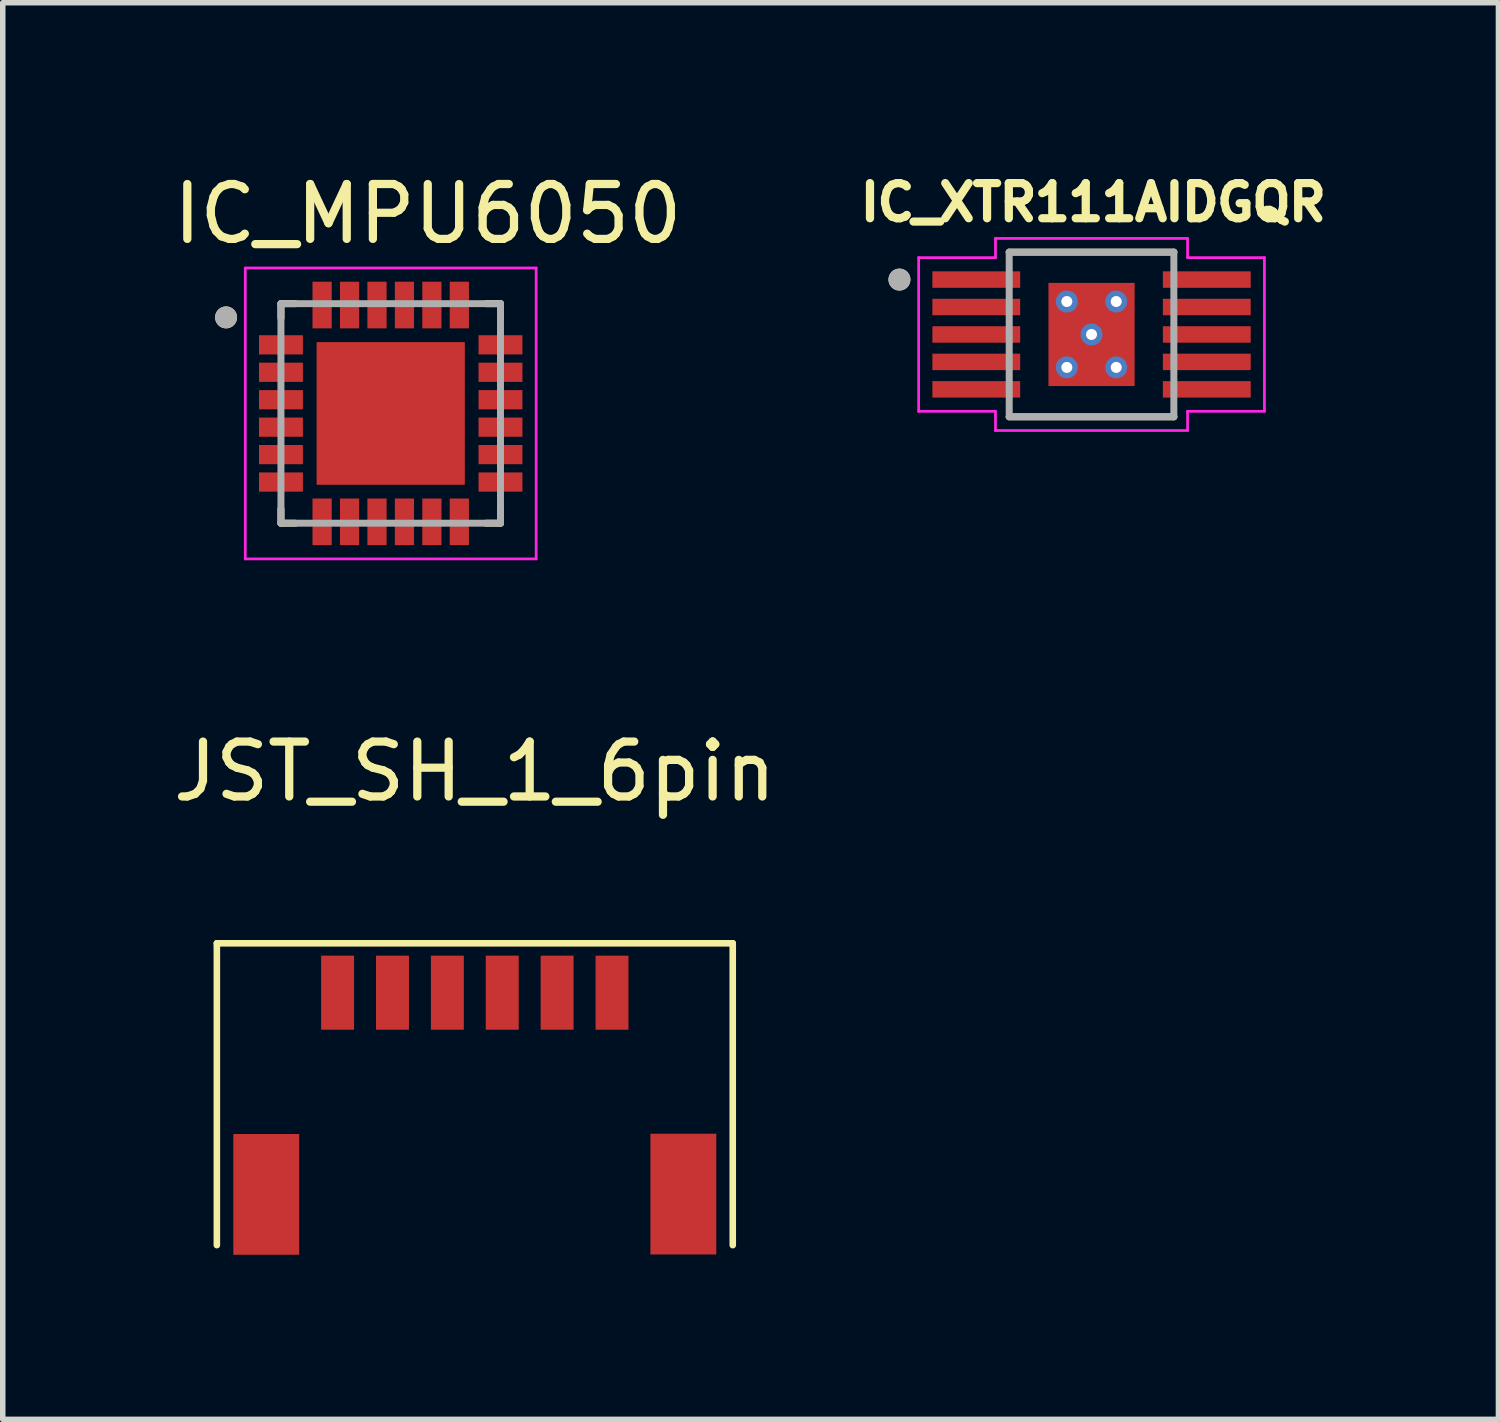
<source format=kicad_pcb>
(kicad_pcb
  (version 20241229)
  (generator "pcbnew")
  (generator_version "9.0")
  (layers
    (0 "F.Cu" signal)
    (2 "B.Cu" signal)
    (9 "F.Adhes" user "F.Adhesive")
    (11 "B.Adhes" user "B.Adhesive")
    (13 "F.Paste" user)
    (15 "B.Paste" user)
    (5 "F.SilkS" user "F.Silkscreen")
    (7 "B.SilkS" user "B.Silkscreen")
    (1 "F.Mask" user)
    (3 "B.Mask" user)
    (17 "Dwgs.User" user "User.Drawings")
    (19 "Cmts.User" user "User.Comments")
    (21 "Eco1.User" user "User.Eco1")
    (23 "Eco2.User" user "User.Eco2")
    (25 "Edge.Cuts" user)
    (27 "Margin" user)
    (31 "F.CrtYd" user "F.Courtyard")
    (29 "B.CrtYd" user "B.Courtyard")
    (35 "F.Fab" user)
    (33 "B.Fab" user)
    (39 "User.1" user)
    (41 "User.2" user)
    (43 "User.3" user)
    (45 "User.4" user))
  (footprint "IC_MPU6050"
    (layer "F.Cu")
    (at 4.069 4.483)
    (property "Reference" "IC_MPU6050" (at 0.675 -3.635 0) (layer "F.SilkS") (effects (font (size 1 1) (thickness 0.15))))
    (attr through_hole)
    (fp_line (start -2 -2) (end -1.738 -2) (stroke (width 0.127) (type solid)) (layer "F.SilkS"))
    (fp_line (start -2 -1.738) (end -2 -2) (stroke (width 0.127) (type solid)) (layer "F.SilkS"))
    (fp_line (start -2 2) (end -2 1.738) (stroke (width 0.127) (type solid)) (layer "F.SilkS"))
    (fp_line (start -1.738 2) (end -2 2) (stroke (width 0.127) (type solid)) (layer "F.SilkS"))
    (fp_line (start 1.738 -2) (end 2 -2) (stroke (width 0.127) (type solid)) (layer "F.SilkS"))
    (fp_line (start 2 -2) (end 2 -1.738) (stroke (width 0.127) (type solid)) (layer "F.SilkS"))
    (fp_line (start 2 1.738) (end 2 2) (stroke (width 0.127) (type solid)) (layer "F.SilkS"))
    (fp_line (start 2 2) (end 1.738 2) (stroke (width 0.127) (type solid)) (layer "F.SilkS"))
    (fp_circle (center -3 -1.75) (end -2.9 -1.75) (stroke (width 0.2) (type solid)) (fill no) (layer "F.SilkS"))
    (fp_poly (pts (xy -0.854 -0.822) (xy 0.854 -0.822) (xy 0.854 0.822) (xy -0.854 0.822)) (stroke (width 0.01) (type solid)) (fill yes) (layer "F.Paste"))
    (fp_line (start -2.65 -2.65) (end 2.65 -2.65) (stroke (width 0.05) (type solid)) (layer "F.CrtYd"))
    (fp_line (start -2.65 2.65) (end -2.65 -2.65) (stroke (width 0.05) (type solid)) (layer "F.CrtYd"))
    (fp_line (start -2.65 2.65) (end 2.65 2.65) (stroke (width 0.05) (type solid)) (layer "F.CrtYd"))
    (fp_line (start 2.65 2.65) (end 2.65 -2.65) (stroke (width 0.05) (type solid)) (layer "F.CrtYd"))
    (fp_line (start -2 2) (end -2 -2) (stroke (width 0.127) (type solid)) (layer "F.Fab"))
    (fp_line (start 2 -2) (end -2 -2) (stroke (width 0.127) (type solid)) (layer "F.Fab"))
    (fp_line (start 2 2) (end -2 2) (stroke (width 0.127) (type solid)) (layer "F.Fab"))
    (fp_line (start 2 2) (end 2 -2) (stroke (width 0.127) (type solid)) (layer "F.Fab"))
    (fp_circle (center -3 -1.75) (end -2.9 -1.75) (stroke (width 0.2) (type solid)) (fill no) (layer "F.Fab"))
    (pad "1" smd rect (at -2 -1.25) (size 0.8 0.35) (layers "F.Cu" "F.Mask" "F.Paste"))
    (pad "2" smd rect (at -2 -0.75) (size 0.8 0.35) (layers "F.Cu" "F.Mask" "F.Paste"))
    (pad "3" smd rect (at -2 -0.25) (size 0.8 0.35) (layers "F.Cu" "F.Mask" "F.Paste"))
    (pad "4" smd rect (at -2 0.25) (size 0.8 0.35) (layers "F.Cu" "F.Mask" "F.Paste"))
    (pad "5" smd rect (at -2 0.75) (size 0.8 0.35) (layers "F.Cu" "F.Mask" "F.Paste"))
    (pad "6" smd rect (at -2 1.25) (size 0.8 0.35) (layers "F.Cu" "F.Mask" "F.Paste"))
    (pad "7" smd rect (at -1.25 1.975) (size 0.35 0.85) (layers "F.Cu" "F.Mask" "F.Paste"))
    (pad "8" smd rect (at -0.75 1.975) (size 0.35 0.85) (layers "F.Cu" "F.Mask" "F.Paste"))
    (pad "9" smd rect (at -0.25 1.975) (size 0.35 0.85) (layers "F.Cu" "F.Mask" "F.Paste"))
    (pad "10" smd rect (at 0.25 1.975) (size 0.35 0.85) (layers "F.Cu" "F.Mask" "F.Paste"))
    (pad "11" smd rect (at 0.75 1.975) (size 0.35 0.85) (layers "F.Cu" "F.Mask" "F.Paste"))
    (pad "12" smd rect (at 1.25 1.975) (size 0.35 0.85) (layers "F.Cu" "F.Mask" "F.Paste"))
    (pad "13" smd rect (at 2 1.25) (size 0.8 0.35) (layers "F.Cu" "F.Mask" "F.Paste"))
    (pad "14" smd rect (at 2 0.75) (size 0.8 0.35) (layers "F.Cu" "F.Mask" "F.Paste"))
    (pad "15" smd rect (at 2 0.25) (size 0.8 0.35) (layers "F.Cu" "F.Mask" "F.Paste"))
    (pad "16" smd rect (at 2 -0.25) (size 0.8 0.35) (layers "F.Cu" "F.Mask" "F.Paste"))
    (pad "17" smd rect (at 2 -0.75) (size 0.8 0.35) (layers "F.Cu" "F.Mask" "F.Paste"))
    (pad "18" smd rect (at 2 -1.25) (size 0.8 0.35) (layers "F.Cu" "F.Mask" "F.Paste"))
    (pad "19" smd rect (at 1.25 -1.975) (size 0.35 0.85) (layers "F.Cu" "F.Mask" "F.Paste"))
    (pad "20" smd rect (at 0.75 -1.975) (size 0.35 0.85) (layers "F.Cu" "F.Mask" "F.Paste"))
    (pad "21" smd rect (at 0.25 -1.975) (size 0.35 0.85) (layers "F.Cu" "F.Mask" "F.Paste"))
    (pad "22" smd rect (at -0.25 -1.975) (size 0.35 0.85) (layers "F.Cu" "F.Mask" "F.Paste"))
    (pad "23" smd rect (at -0.75 -1.975) (size 0.35 0.85) (layers "F.Cu" "F.Mask" "F.Paste"))
    (pad "24" smd rect (at -1.25 -1.975) (size 0.35 0.85) (layers "F.Cu" "F.Mask" "F.Paste"))
    (pad "25" smd rect (at 0 0) (size 2.7 2.6) (layers "F.Cu" "F.Mask")))
  (footprint "JST_SH_1_6pin"
    (layer "F.Cu")
    (at 5.601 13.037)
    (property "Reference" "JST_SH_1_6pin" (at 0 -2.03 0) (layer "F.SilkS") (effects (font (size 1 1) (thickness 0.15))))
    (attr through_hole)
    (fp_line (start -4.7 1.1) (end -4.7 6.6) (stroke (width 0.12) (type solid)) (layer "F.SilkS"))
    (fp_line (start 4.7 1.1) (end -4.7 1.1) (stroke (width 0.12) (type solid)) (layer "F.SilkS"))
    (fp_line (start 4.7 6.6) (end 4.7 1.1) (stroke (width 0.12) (type solid)) (layer "F.SilkS"))
    (pad "" smd rect (at -3.8 5.675) (size 1.2 2.2) (layers "F.Cu" "F.Mask" "F.Paste"))
    (pad "" smd rect (at 3.8 5.67) (size 1.2 2.2) (layers "F.Cu" "F.Mask" "F.Paste"))
    (pad "1" smd rect (at -2.5 2) (size 0.6 1.35) (layers "F.Cu" "F.Mask" "F.Paste"))
    (pad "2" smd rect (at -1.5 2) (size 0.6 1.35) (layers "F.Cu" "F.Mask" "F.Paste"))
    (pad "3" smd rect (at -0.5 2) (size 0.6 1.35) (layers "F.Cu" "F.Mask" "F.Paste"))
    (pad "4" smd rect (at 0.5 2) (size 0.6 1.35) (layers "F.Cu" "F.Mask" "F.Paste"))
    (pad "5" smd rect (at 1.5 2) (size 0.6 1.35) (layers "F.Cu" "F.Mask" "F.Paste"))
    (pad "6" smd rect (at 2.5 2) (size 0.6 1.35) (layers "F.Cu" "F.Mask" "F.Paste")))
  (footprint "IC_XTR111AIDGQR"
    (layer "F.Cu")
    (at 16.838 3.044)
    (property "Reference" "IC_XTR111AIDGQR" (at 0.032 -2.406 0) (layer "F.SilkS") (effects (font (size 0.64 0.64) (thickness 0.15))))
    (attr through_hole)
    (fp_poly (pts (xy -2.95 -1.2) (xy -1.25 -1.2) (xy -1.25 -0.8) (xy -2.95 -0.8)) (stroke (width 0.01) (type solid)) (fill yes) (layer "F.Mask"))
    (fp_poly (pts (xy -2.95 -0.7) (xy -1.25 -0.7) (xy -1.25 -0.3) (xy -2.95 -0.3)) (stroke (width 0.01) (type solid)) (fill yes) (layer "F.Mask"))
    (fp_poly (pts (xy -2.95 -0.2) (xy -1.25 -0.2) (xy -1.25 0.2) (xy -2.95 0.2)) (stroke (width 0.01) (type solid)) (fill yes) (layer "F.Mask"))
    (fp_poly (pts (xy -2.95 0.3) (xy -1.25 0.3) (xy -1.25 0.7) (xy -2.95 0.7)) (stroke (width 0.01) (type solid)) (fill yes) (layer "F.Mask"))
    (fp_poly (pts (xy -2.95 0.8) (xy -1.25 0.8) (xy -1.25 1.2) (xy -2.95 1.2)) (stroke (width 0.01) (type solid)) (fill yes) (layer "F.Mask"))
    (fp_poly (pts (xy 1.25 -1.2) (xy 2.95 -1.2) (xy 2.95 -0.8) (xy 1.25 -0.8)) (stroke (width 0.01) (type solid)) (fill yes) (layer "F.Mask"))
    (fp_poly (pts (xy 1.25 -0.7) (xy 2.95 -0.7) (xy 2.95 -0.3) (xy 1.25 -0.3)) (stroke (width 0.01) (type solid)) (fill yes) (layer "F.Mask"))
    (fp_poly (pts (xy 1.25 -0.2) (xy 2.95 -0.2) (xy 2.95 0.2) (xy 1.25 0.2)) (stroke (width 0.01) (type solid)) (fill yes) (layer "F.Mask"))
    (fp_poly (pts (xy 1.25 0.3) (xy 2.95 0.3) (xy 2.95 0.7) (xy 1.25 0.7)) (stroke (width 0.01) (type solid)) (fill yes) (layer "F.Mask"))
    (fp_poly (pts (xy 1.25 0.8) (xy 2.95 0.8) (xy 2.95 1.2) (xy 1.25 1.2)) (stroke (width 0.01) (type solid)) (fill yes) (layer "F.Mask"))
    (fp_line (start -1.5 1.5) (end 1.5 1.5) (stroke (width 0.127) (type solid)) (layer "F.SilkS"))
    (fp_line (start 1.5 -1.5) (end -1.5 -1.5) (stroke (width 0.127) (type solid)) (layer "F.SilkS"))
    (fp_circle (center -3.5 -1) (end -3.4 -1) (stroke (width 0.2) (type solid)) (fill no) (layer "F.SilkS"))
    (fp_poly (pts (xy -2.875 -1.125) (xy -1.325 -1.125) (xy -1.325 -0.875) (xy -2.875 -0.875)) (stroke (width 0.01) (type solid)) (fill yes) (layer "F.Paste"))
    (fp_poly (pts (xy -2.875 -0.625) (xy -1.325 -0.625) (xy -1.325 -0.375) (xy -2.875 -0.375)) (stroke (width 0.01) (type solid)) (fill yes) (layer "F.Paste"))
    (fp_poly (pts (xy -2.875 -0.125) (xy -1.325 -0.125) (xy -1.325 0.125) (xy -2.875 0.125)) (stroke (width 0.01) (type solid)) (fill yes) (layer "F.Paste"))
    (fp_poly (pts (xy -2.875 0.375) (xy -1.325 0.375) (xy -1.325 0.625) (xy -2.875 0.625)) (stroke (width 0.01) (type solid)) (fill yes) (layer "F.Paste"))
    (fp_poly (pts (xy -2.875 0.875) (xy -1.325 0.875) (xy -1.325 1.125) (xy -2.875 1.125)) (stroke (width 0.01) (type solid)) (fill yes) (layer "F.Paste"))
    (fp_poly (pts (xy 1.325 -1.125) (xy 2.875 -1.125) (xy 2.875 -0.875) (xy 1.325 -0.875)) (stroke (width 0.01) (type solid)) (fill yes) (layer "F.Paste"))
    (fp_poly (pts (xy 1.325 -0.625) (xy 2.875 -0.625) (xy 2.875 -0.375) (xy 1.325 -0.375)) (stroke (width 0.01) (type solid)) (fill yes) (layer "F.Paste"))
    (fp_poly (pts (xy 1.325 -0.125) (xy 2.875 -0.125) (xy 2.875 0.125) (xy 1.325 0.125)) (stroke (width 0.01) (type solid)) (fill yes) (layer "F.Paste"))
    (fp_poly (pts (xy 1.325 0.375) (xy 2.875 0.375) (xy 2.875 0.625) (xy 1.325 0.625)) (stroke (width 0.01) (type solid)) (fill yes) (layer "F.Paste"))
    (fp_poly (pts (xy 1.325 0.875) (xy 2.875 0.875) (xy 2.875 1.125) (xy 1.325 1.125)) (stroke (width 0.01) (type solid)) (fill yes) (layer "F.Paste"))
    (fp_line (start -3.15 -1.4) (end -3.15 1.4) (stroke (width 0.05) (type solid)) (layer "F.CrtYd"))
    (fp_line (start -3.15 1.4) (end -1.75 1.4) (stroke (width 0.05) (type solid)) (layer "F.CrtYd"))
    (fp_line (start -1.75 -1.75) (end -1.75 -1.4) (stroke (width 0.05) (type solid)) (layer "F.CrtYd"))
    (fp_line (start -1.75 -1.4) (end -3.15 -1.4) (stroke (width 0.05) (type solid)) (layer "F.CrtYd"))
    (fp_line (start -1.75 1.4) (end -1.75 1.75) (stroke (width 0.05) (type solid)) (layer "F.CrtYd"))
    (fp_line (start -1.75 1.75) (end 1.75 1.75) (stroke (width 0.05) (type solid)) (layer "F.CrtYd"))
    (fp_line (start 1.75 -1.75) (end -1.75 -1.75) (stroke (width 0.05) (type solid)) (layer "F.CrtYd"))
    (fp_line (start 1.75 -1.4) (end 1.75 -1.75) (stroke (width 0.05) (type solid)) (layer "F.CrtYd"))
    (fp_line (start 1.75 1.4) (end 3.15 1.4) (stroke (width 0.05) (type solid)) (layer "F.CrtYd"))
    (fp_line (start 1.75 1.75) (end 1.75 1.4) (stroke (width 0.05) (type solid)) (layer "F.CrtYd"))
    (fp_line (start 3.15 -1.4) (end 1.75 -1.4) (stroke (width 0.05) (type solid)) (layer "F.CrtYd"))
    (fp_line (start 3.15 1.4) (end 3.15 -1.4) (stroke (width 0.05) (type solid)) (layer "F.CrtYd"))
    (fp_line (start -1.5 -1.5) (end -1.5 1.5) (stroke (width 0.127) (type solid)) (layer "F.Fab"))
    (fp_line (start -1.5 1.5) (end 1.5 1.5) (stroke (width 0.127) (type solid)) (layer "F.Fab"))
    (fp_line (start 1.5 -1.5) (end -1.5 -1.5) (stroke (width 0.127) (type solid)) (layer "F.Fab"))
    (fp_line (start 1.5 1.5) (end 1.5 -1.5) (stroke (width 0.127) (type solid)) (layer "F.Fab"))
    (fp_circle (center -3.5 -1) (end -3.4 -1) (stroke (width 0.2) (type solid)) (fill no) (layer "F.Fab"))
    (pad "1" smd rect (at -2.1 -1) (size 1.6 0.3) (layers "F.Cu"))
    (pad "2" smd rect (at -2.1 -0.5) (size 1.6 0.3) (layers "F.Cu"))
    (pad "3" smd rect (at -2.1 0) (size 1.6 0.3) (layers "F.Cu"))
    (pad "4" smd rect (at -2.1 0.5) (size 1.6 0.3) (layers "F.Cu"))
    (pad "5" smd rect (at -2.1 1) (size 1.6 0.3) (layers "F.Cu"))
    (pad "6" smd rect (at 2.1 1) (size 1.6 0.3) (layers "F.Cu"))
    (pad "7" smd rect (at 2.1 0.5) (size 1.6 0.3) (layers "F.Cu"))
    (pad "8" smd rect (at 2.1 0) (size 1.6 0.3) (layers "F.Cu"))
    (pad "9" smd rect (at 2.1 -0.5) (size 1.6 0.3) (layers "F.Cu"))
    (pad "10" smd rect (at 2.1 -1) (size 1.6 0.3) (layers "F.Cu"))
    (pad "11" smd rect (at 0 0) (size 1.57 1.88) (layers "F.Cu" "F.Mask" "F.Paste"))
    (pad "12" thru_hole circle (at -0.45 -0.6) (size 0.4 0.4) (drill 0.2) (layers "*.Cu"))
    (pad "13" thru_hole circle (at 0.45 -0.6) (size 0.4 0.4) (drill 0.2) (layers "*.Cu"))
    (pad "14" thru_hole circle (at 0 0) (size 0.4 0.4) (drill 0.2) (layers "*.Cu"))
    (pad "15" thru_hole circle (at -0.45 0.6) (size 0.4 0.4) (drill 0.2) (layers "*.Cu"))
    (pad "16" thru_hole circle (at 0.45 0.6) (size 0.4 0.4) (drill 0.2) (layers "*.Cu")))
  (gr_rect
    (start -3 -3)
    (end 24.252 22.811)
    (stroke (width 0.1) (type default))
    (fill no)
    (layer "Edge.Cuts")))
</source>
